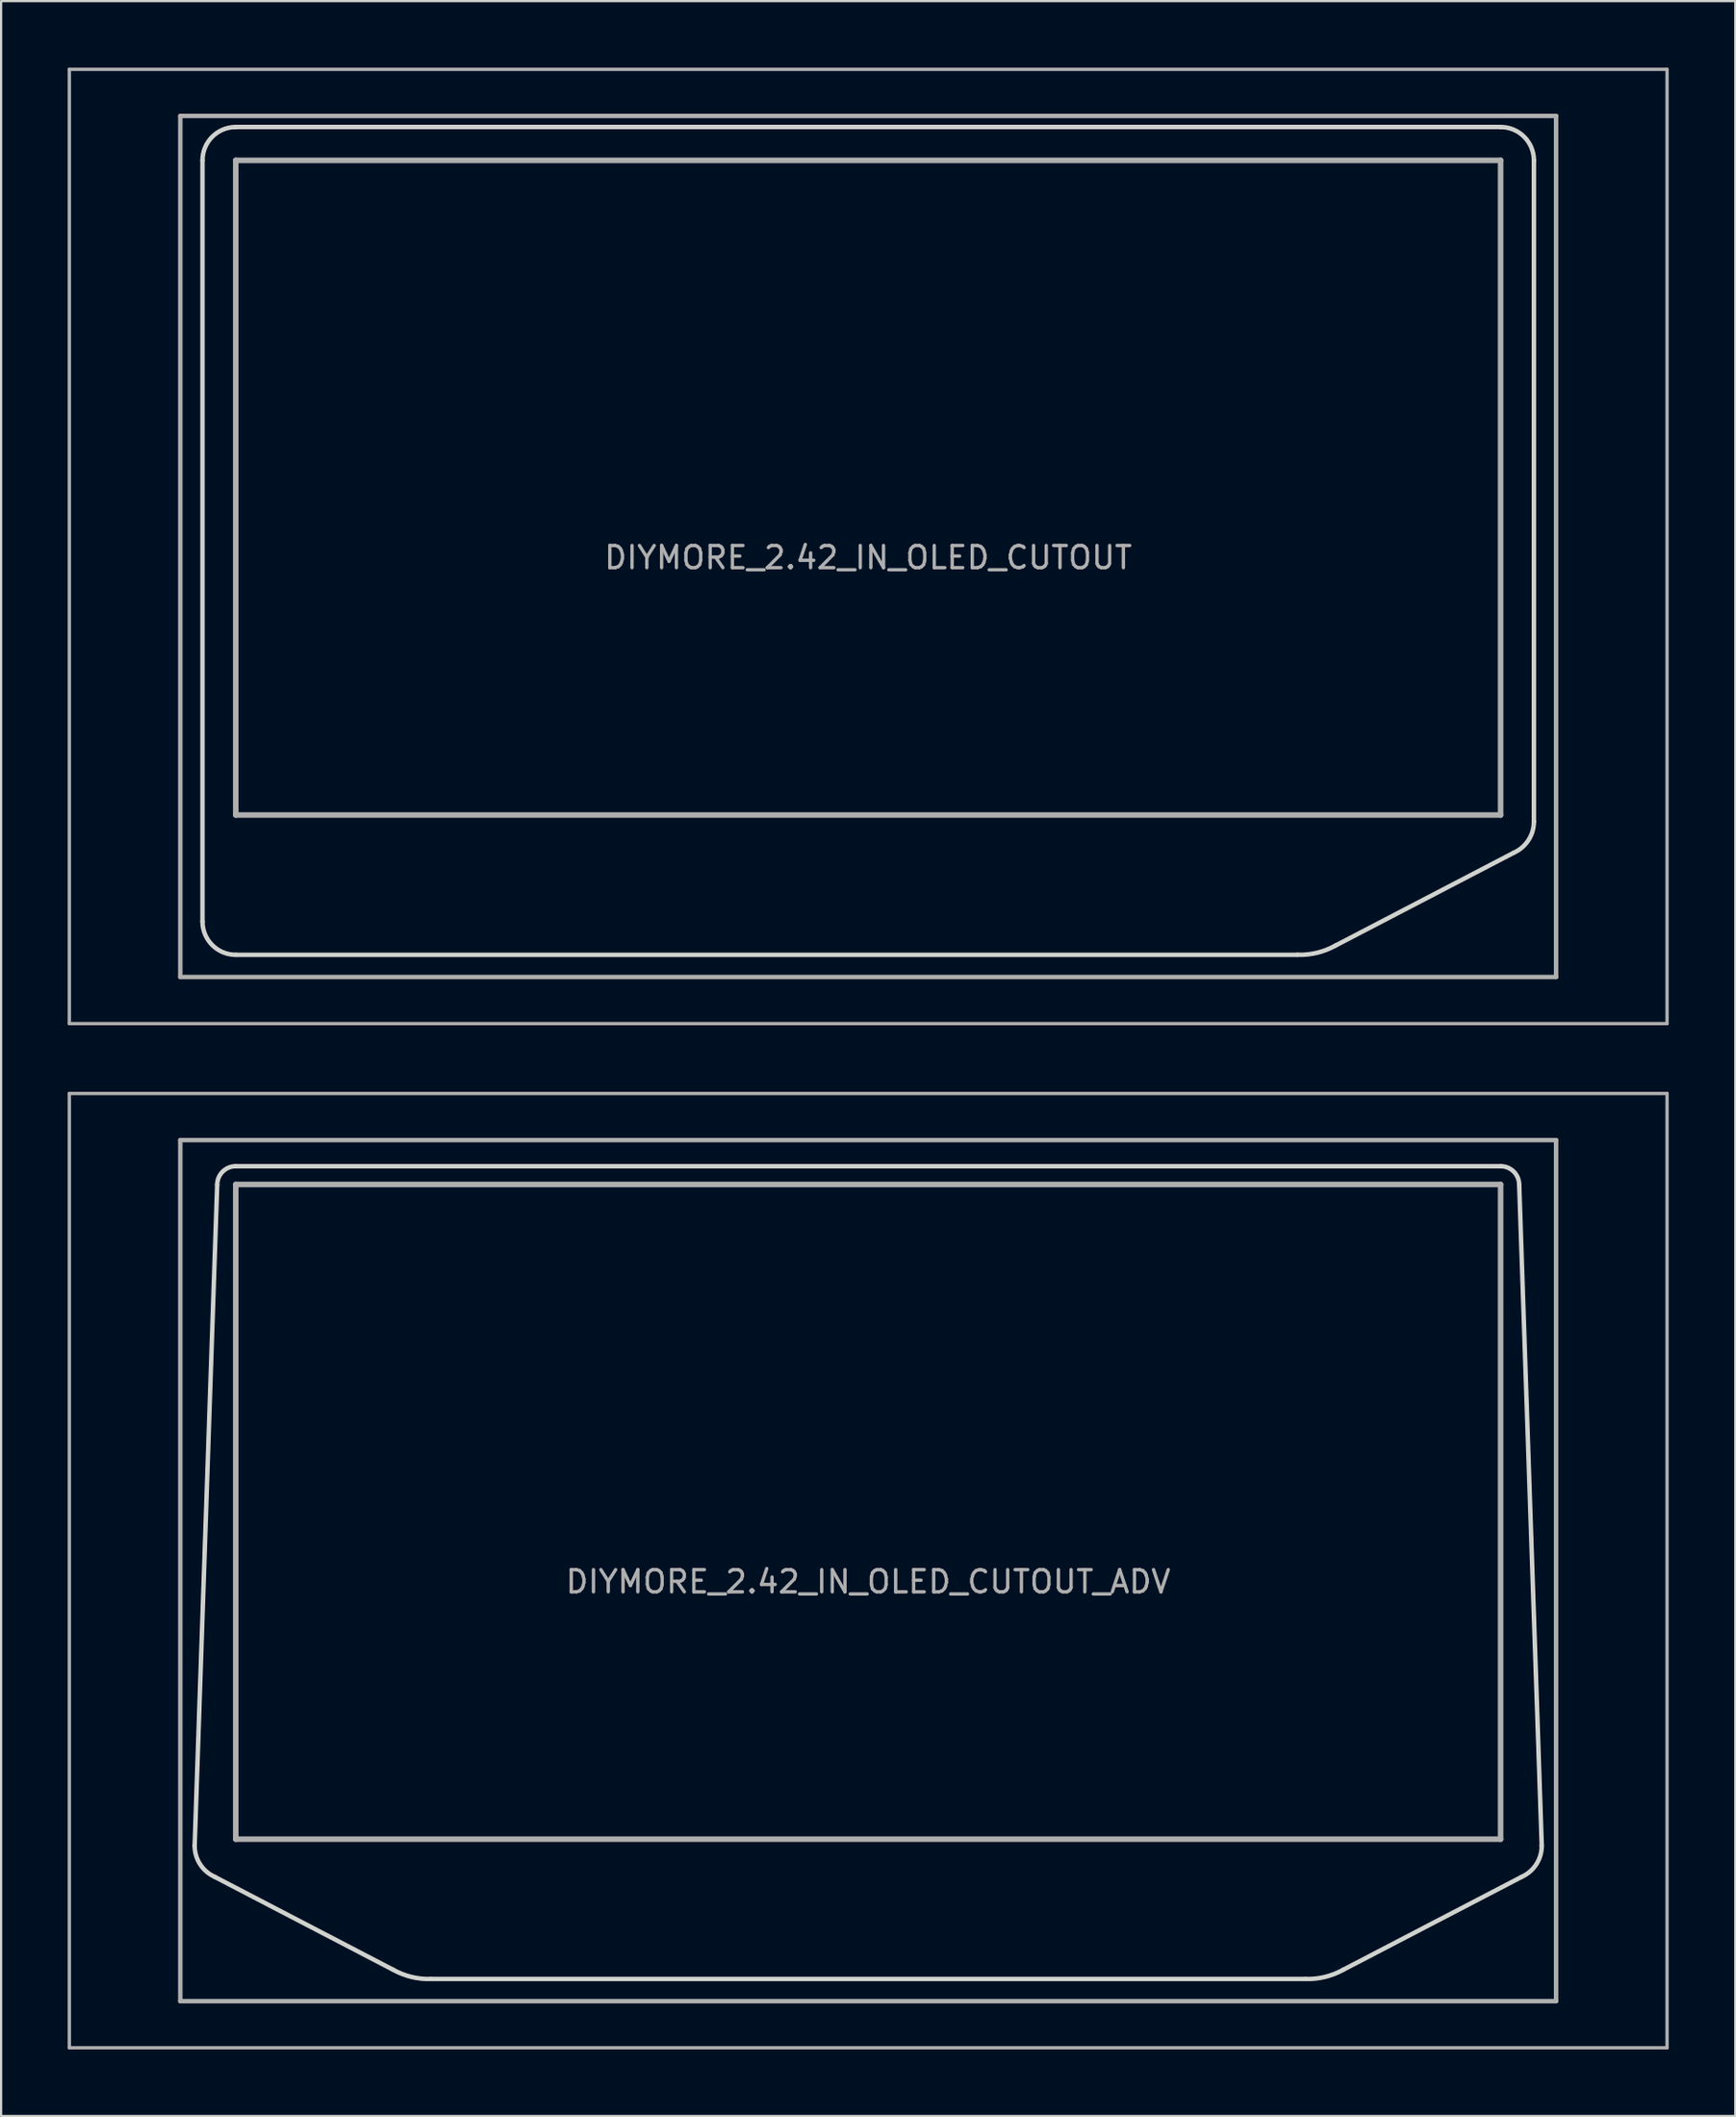
<source format=kicad_pcb>
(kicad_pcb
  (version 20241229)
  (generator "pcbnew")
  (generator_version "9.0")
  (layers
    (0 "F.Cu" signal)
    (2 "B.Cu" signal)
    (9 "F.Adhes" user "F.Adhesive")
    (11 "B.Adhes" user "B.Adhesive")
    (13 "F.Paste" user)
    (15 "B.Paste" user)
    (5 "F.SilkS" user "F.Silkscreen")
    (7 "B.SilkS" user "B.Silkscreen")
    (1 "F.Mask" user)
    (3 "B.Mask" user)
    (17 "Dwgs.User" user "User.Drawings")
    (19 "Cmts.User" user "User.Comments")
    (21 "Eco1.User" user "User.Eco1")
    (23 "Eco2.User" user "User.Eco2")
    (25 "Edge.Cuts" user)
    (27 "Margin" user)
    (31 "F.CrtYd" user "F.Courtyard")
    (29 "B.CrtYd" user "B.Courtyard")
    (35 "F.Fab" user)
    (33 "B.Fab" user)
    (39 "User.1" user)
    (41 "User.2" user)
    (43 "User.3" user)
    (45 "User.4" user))
  (footprint "DIYMORE_2.42_IN_OLED_CUTOUT"
    (layer "F.Cu")
    (at 36.075 21.575)
    (property "Reference" "DIYMORE_2.42_IN_OLED_CUTOUT" (at 0 0.5 0) (layer "F.Fab") (effects (font (size 1 1) (thickness 0.15))))
    (attr through_hole)
    (fp_line (start -30 -17.4) (end -30 16.9) (stroke (width 0.2) (type solid)) (layer "Eco1.User"))
    (fp_line (start -28.5 -18.9) (end 28.5 -18.9) (stroke (width 0.2) (type solid)) (layer "Eco1.User"))
    (fp_line (start -28.5 18.4) (end 19.35 18.4) (stroke (width 0.2) (type solid)) (layer "Eco1.User"))
    (fp_line (start 21.055 17.985) (end 29.093 13.8) (stroke (width 0.2) (type solid)) (layer "Eco1.User"))
    (fp_line (start 30 -17.4) (end 30 12.4) (stroke (width 0.2) (type solid)) (layer "Eco1.User"))
    (fp_arc (start -30 -17.4) (mid -29.56066 -18.46066) (end -28.5 -18.9) (stroke (width 0.2) (type solid)) (layer "Eco1.User"))
    (fp_arc (start -28.5 18.4) (mid -29.56066 17.96066) (end -30 16.9) (stroke (width 0.2) (type solid)) (layer "Eco1.User"))
    (fp_arc (start 21.055108 17.98507) (mid 20.230627 18.3079) (end 19.35 18.4) (stroke (width 0.2) (type solid)) (layer "Eco1.User"))
    (fp_arc (start 28.5 -18.9) (mid 29.56066 -18.46066) (end 30 -17.4) (stroke (width 0.2) (type solid)) (layer "Eco1.User"))
    (fp_arc (start 30 12.4) (mid 29.753333 13.234152) (end 29.092674 13.8) (stroke (width 0.2) (type solid)) (layer "Eco1.User"))
    (fp_line (start -30 -17.4) (end -30 16.9) (stroke (width 0.2) (type solid)) (layer "Edge.Cuts"))
    (fp_line (start -28.5 -18.9) (end 28.5 -18.9) (stroke (width 0.2) (type solid)) (layer "Edge.Cuts"))
    (fp_line (start -28.5 18.4) (end 19.35 18.4) (stroke (width 0.2) (type solid)) (layer "Edge.Cuts"))
    (fp_line (start 21.055 17.985) (end 29.093 13.8) (stroke (width 0.2) (type solid)) (layer "Edge.Cuts"))
    (fp_line (start 30 -17.4) (end 30 12.4) (stroke (width 0.2) (type solid)) (layer "Edge.Cuts"))
    (fp_arc (start -30 -17.4) (mid -29.56066 -18.46066) (end -28.5 -18.9) (stroke (width 0.2) (type solid)) (layer "Edge.Cuts"))
    (fp_arc (start -28.5 18.4) (mid -29.56066 17.96066) (end -30 16.9) (stroke (width 0.2) (type solid)) (layer "Edge.Cuts"))
    (fp_arc (start 21.055108 17.98507) (mid 20.230627 18.3079) (end 19.35 18.4) (stroke (width 0.2) (type solid)) (layer "Edge.Cuts"))
    (fp_arc (start 28.5 -18.9) (mid 29.56066 -18.46066) (end 30 -17.4) (stroke (width 0.2) (type solid)) (layer "Edge.Cuts"))
    (fp_arc (start 30 12.4) (mid 29.753333 13.234152) (end 29.092674 13.8) (stroke (width 0.2) (type solid)) (layer "Edge.Cuts"))
    (fp_line (start -36 -21.5) (end -36 21.5) (stroke (width 0.15) (type solid)) (layer "F.Fab"))
    (fp_line (start -36 -21.5) (end 36 -21.5) (stroke (width 0.15) (type solid)) (layer "F.Fab"))
    (fp_line (start -36 21.5) (end 36 21.5) (stroke (width 0.15) (type solid)) (layer "F.Fab"))
    (fp_line (start -31 -19.4) (end -31 19.4) (stroke (width 0.2) (type solid)) (layer "F.Fab"))
    (fp_line (start -31 -19.4) (end 31 -19.4) (stroke (width 0.2) (type solid)) (layer "F.Fab"))
    (fp_line (start -31 19.4) (end 31 19.4) (stroke (width 0.2) (type solid)) (layer "F.Fab"))
    (fp_line (start -28.5 -17.4) (end -28.5 12.1) (stroke (width 0.25) (type solid)) (layer "F.Fab"))
    (fp_line (start -28.5 -17.4) (end 28.5 -17.4) (stroke (width 0.25) (type solid)) (layer "F.Fab"))
    (fp_line (start -28.5 12.1) (end 28.5 12.1) (stroke (width 0.25) (type solid)) (layer "F.Fab"))
    (fp_line (start 28.5 -17.4) (end 28.5 12.1) (stroke (width 0.25) (type solid)) (layer "F.Fab"))
    (fp_line (start 31 -19.4) (end 31 19.4) (stroke (width 0.2) (type solid)) (layer "F.Fab"))
    (fp_line (start 36 -21.5) (end 36 21.5) (stroke (width 0.15) (type solid)) (layer "F.Fab")))
  (footprint "DIYMORE_2.42_IN_OLED_CUTOUT_ADV"
    (layer "F.Cu")
    (at 36.075 67.725)
    (property "Reference" "DIYMORE_2.42_IN_OLED_CUTOUT_ADV" (at 0 0.5 0) (layer "F.Fab") (effects (font (size 1 1) (thickness 0.15))))
    (attr through_hole)
    (fp_line (start -29.337 -17.386) (end -30.353 12.4) (stroke (width 0.2) (type solid)) (layer "Eco1.User"))
    (fp_line (start -28.5 -18.224) (end 28.5 -18.224) (stroke (width 0.2) (type solid)) (layer "Eco1.User"))
    (fp_line (start -21.408 17.985) (end -29.446 13.8) (stroke (width 0.2) (type solid)) (layer "Eco1.User"))
    (fp_line (start -19.703 18.4) (end 19.703 18.4) (stroke (width 0.2) (type solid)) (layer "Eco1.User"))
    (fp_line (start 21.408 17.985) (end 29.446 13.8) (stroke (width 0.2) (type solid)) (layer "Eco1.User"))
    (fp_line (start 29.337 -17.386) (end 30.353 12.4) (stroke (width 0.2) (type solid)) (layer "Eco1.User"))
    (fp_arc (start -29.445674 13.8) (mid -30.106333 13.234152) (end -30.353 12.4) (stroke (width 0.2) (type solid)) (layer "Eco1.User"))
    (fp_arc (start -29.337 -17.386499) (mid -29.092202 -17.978994) (end -28.5 -18.2245) (stroke (width 0.2) (type solid)) (layer "Eco1.User"))
    (fp_arc (start -19.703 18.4) (mid -20.583627 18.3079) (end -21.408108 17.98507) (stroke (width 0.2) (type solid)) (layer "Eco1.User"))
    (fp_arc (start 21.408108 17.98507) (mid 20.583627 18.3079) (end 19.703 18.4) (stroke (width 0.2) (type solid)) (layer "Eco1.User"))
    (fp_arc (start 28.5 -18.2245) (mid 29.092203 -17.978994) (end 29.337 -17.386499) (stroke (width 0.2) (type solid)) (layer "Eco1.User"))
    (fp_arc (start 30.353 12.4) (mid 30.106333 13.234152) (end 29.445674 13.8) (stroke (width 0.2) (type solid)) (layer "Eco1.User"))
    (fp_line (start -29.337 -17.386) (end -30.353 12.4) (stroke (width 0.2) (type solid)) (layer "Edge.Cuts"))
    (fp_line (start -28.5 -18.224) (end 28.5 -18.224) (stroke (width 0.2) (type solid)) (layer "Edge.Cuts"))
    (fp_line (start -21.408 17.985) (end -29.446 13.8) (stroke (width 0.2) (type solid)) (layer "Edge.Cuts"))
    (fp_line (start -19.703 18.4) (end 19.703 18.4) (stroke (width 0.2) (type solid)) (layer "Edge.Cuts"))
    (fp_line (start 21.408 17.985) (end 29.446 13.8) (stroke (width 0.2) (type solid)) (layer "Edge.Cuts"))
    (fp_line (start 29.337 -17.386) (end 30.353 12.4) (stroke (width 0.2) (type solid)) (layer "Edge.Cuts"))
    (fp_arc (start -29.445674 13.8) (mid -30.106333 13.234152) (end -30.353 12.4) (stroke (width 0.2) (type solid)) (layer "Edge.Cuts"))
    (fp_arc (start -29.337 -17.386499) (mid -29.092202 -17.978994) (end -28.5 -18.2245) (stroke (width 0.2) (type solid)) (layer "Edge.Cuts"))
    (fp_arc (start -19.703 18.4) (mid -20.583627 18.3079) (end -21.408108 17.98507) (stroke (width 0.2) (type solid)) (layer "Edge.Cuts"))
    (fp_arc (start 21.408108 17.98507) (mid 20.583627 18.3079) (end 19.703 18.4) (stroke (width 0.2) (type solid)) (layer "Edge.Cuts"))
    (fp_arc (start 28.5 -18.2245) (mid 29.092203 -17.978994) (end 29.337 -17.386499) (stroke (width 0.2) (type solid)) (layer "Edge.Cuts"))
    (fp_arc (start 30.353 12.4) (mid 30.106333 13.234152) (end 29.445674 13.8) (stroke (width 0.2) (type solid)) (layer "Edge.Cuts"))
    (fp_line (start -36 -21.5) (end -36 21.5) (stroke (width 0.15) (type solid)) (layer "F.Fab"))
    (fp_line (start -36 -21.5) (end 36 -21.5) (stroke (width 0.15) (type solid)) (layer "F.Fab"))
    (fp_line (start -36 21.5) (end 36 21.5) (stroke (width 0.15) (type solid)) (layer "F.Fab"))
    (fp_line (start -31 -19.4) (end -31 19.4) (stroke (width 0.2) (type solid)) (layer "F.Fab"))
    (fp_line (start -31 -19.4) (end 31 -19.4) (stroke (width 0.2) (type solid)) (layer "F.Fab"))
    (fp_line (start -31 19.4) (end 31 19.4) (stroke (width 0.2) (type solid)) (layer "F.Fab"))
    (fp_line (start -28.5 -17.4) (end -28.5 12.1) (stroke (width 0.25) (type solid)) (layer "F.Fab"))
    (fp_line (start -28.5 -17.4) (end 28.5 -17.4) (stroke (width 0.25) (type solid)) (layer "F.Fab"))
    (fp_line (start -28.5 12.1) (end 28.5 12.1) (stroke (width 0.25) (type solid)) (layer "F.Fab"))
    (fp_line (start 28.5 -17.4) (end 28.5 12.1) (stroke (width 0.25) (type solid)) (layer "F.Fab"))
    (fp_line (start 31 -19.4) (end 31 19.4) (stroke (width 0.2) (type solid)) (layer "F.Fab"))
    (fp_line (start 36 -21.5) (end 36 21.5) (stroke (width 0.15) (type solid)) (layer "F.Fab")))
  (gr_rect
    (start -3 -3)
    (end 75.15 92.3)
    (stroke (width 0.1) (type default))
    (fill no)
    (layer "Edge.Cuts")))
</source>
